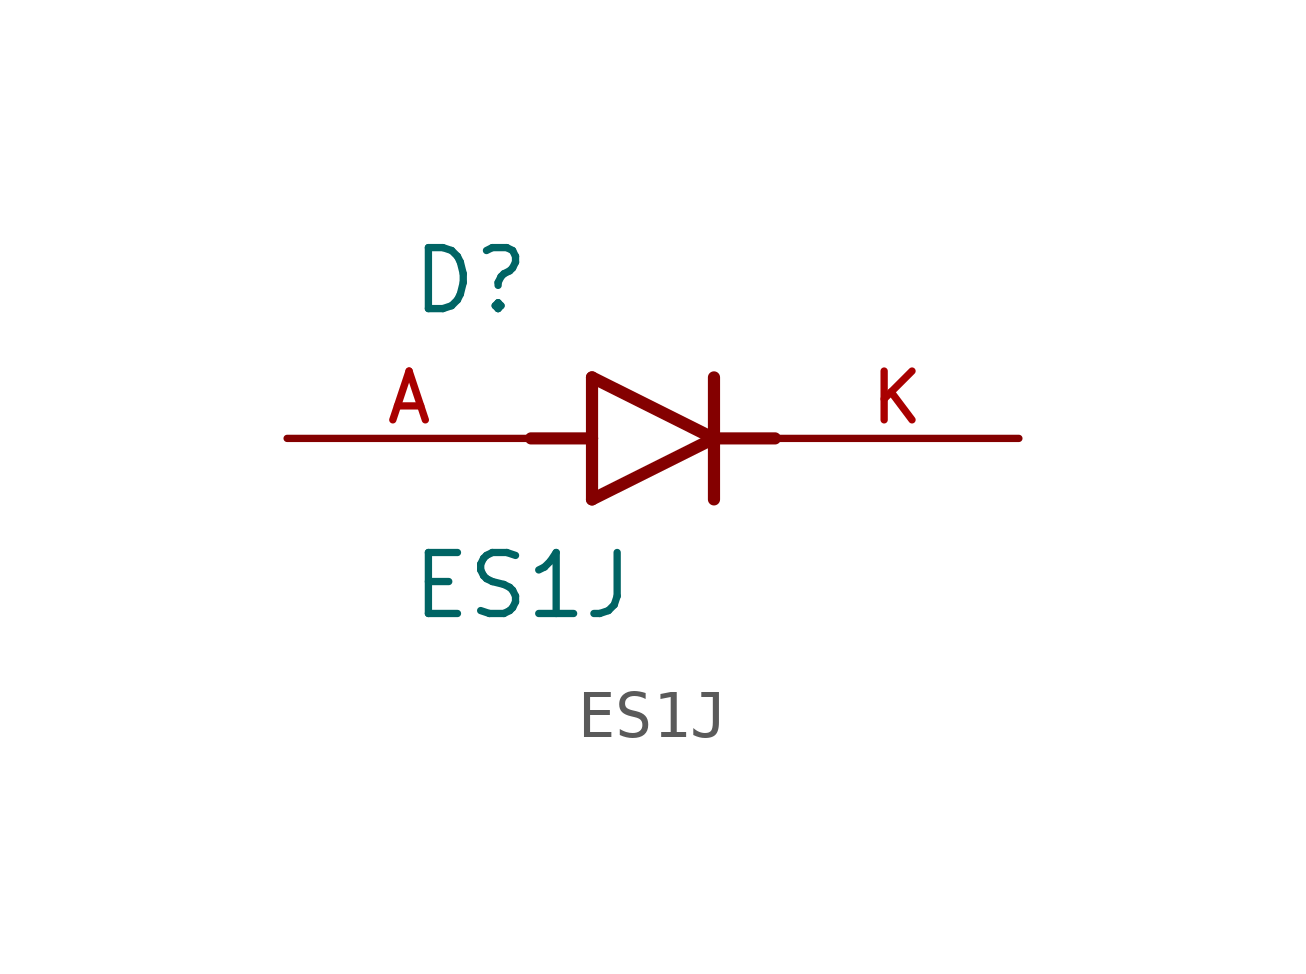
<source format=kicad_sym>
(kicad_symbol_lib
  (version 20211014)
  (generator kicad_symbol_editor)
  (symbol "ES1J"
    (pin_names
      (offset 1.016))
    (property "Reference" "D"
      (at -5.08 2.54 0)
      (effects (font (size 1.27 1.27)) (justify bottom left)))
    (property "Value" "ES1J"
      (at -5.08 -3.81 0)
      (effects (font (size 1.27 1.27)) (justify bottom left)))
    (symbol "ES1J_0_0"
      (polyline (pts (xy -1.27 -1.27) (xy 1.27 0.0)) (stroke (width 0.254)))
      (polyline (pts (xy 1.27 0.0) (xy -1.27 1.27)) (stroke (width 0.254)))
      (polyline (pts (xy 1.27 1.27) (xy 1.27 0.0)) (stroke (width 0.254)))
      (polyline (pts (xy -1.27 1.27) (xy -1.27 0.0)) (stroke (width 0.254)))
      (polyline (pts (xy -1.27 0.0) (xy -1.27 -1.27)) (stroke (width 0.254)))
      (polyline (pts (xy 1.27 0.0) (xy 1.27 -1.27)) (stroke (width 0.254)))
      (polyline (pts (xy -2.54 0.0) (xy -1.27 0.0)) (stroke (width 0.254)))
      (polyline (pts (xy 1.27 0.0) (xy 2.54 0.0)) (stroke (width 0.254)))
      (pin passive line (at 7.62 0.0 180.0) (length 5.08) (name "~" (effects (font (size 1.016 1.016)))) (number "K" (effects (font (size 1.016 1.016)))))
      (pin passive line (at -7.62 0.0 0) (length 5.08) (name "~" (effects (font (size 1.016 1.016)))) (number "A" (effects (font (size 1.016 1.016))))))))
</source>
